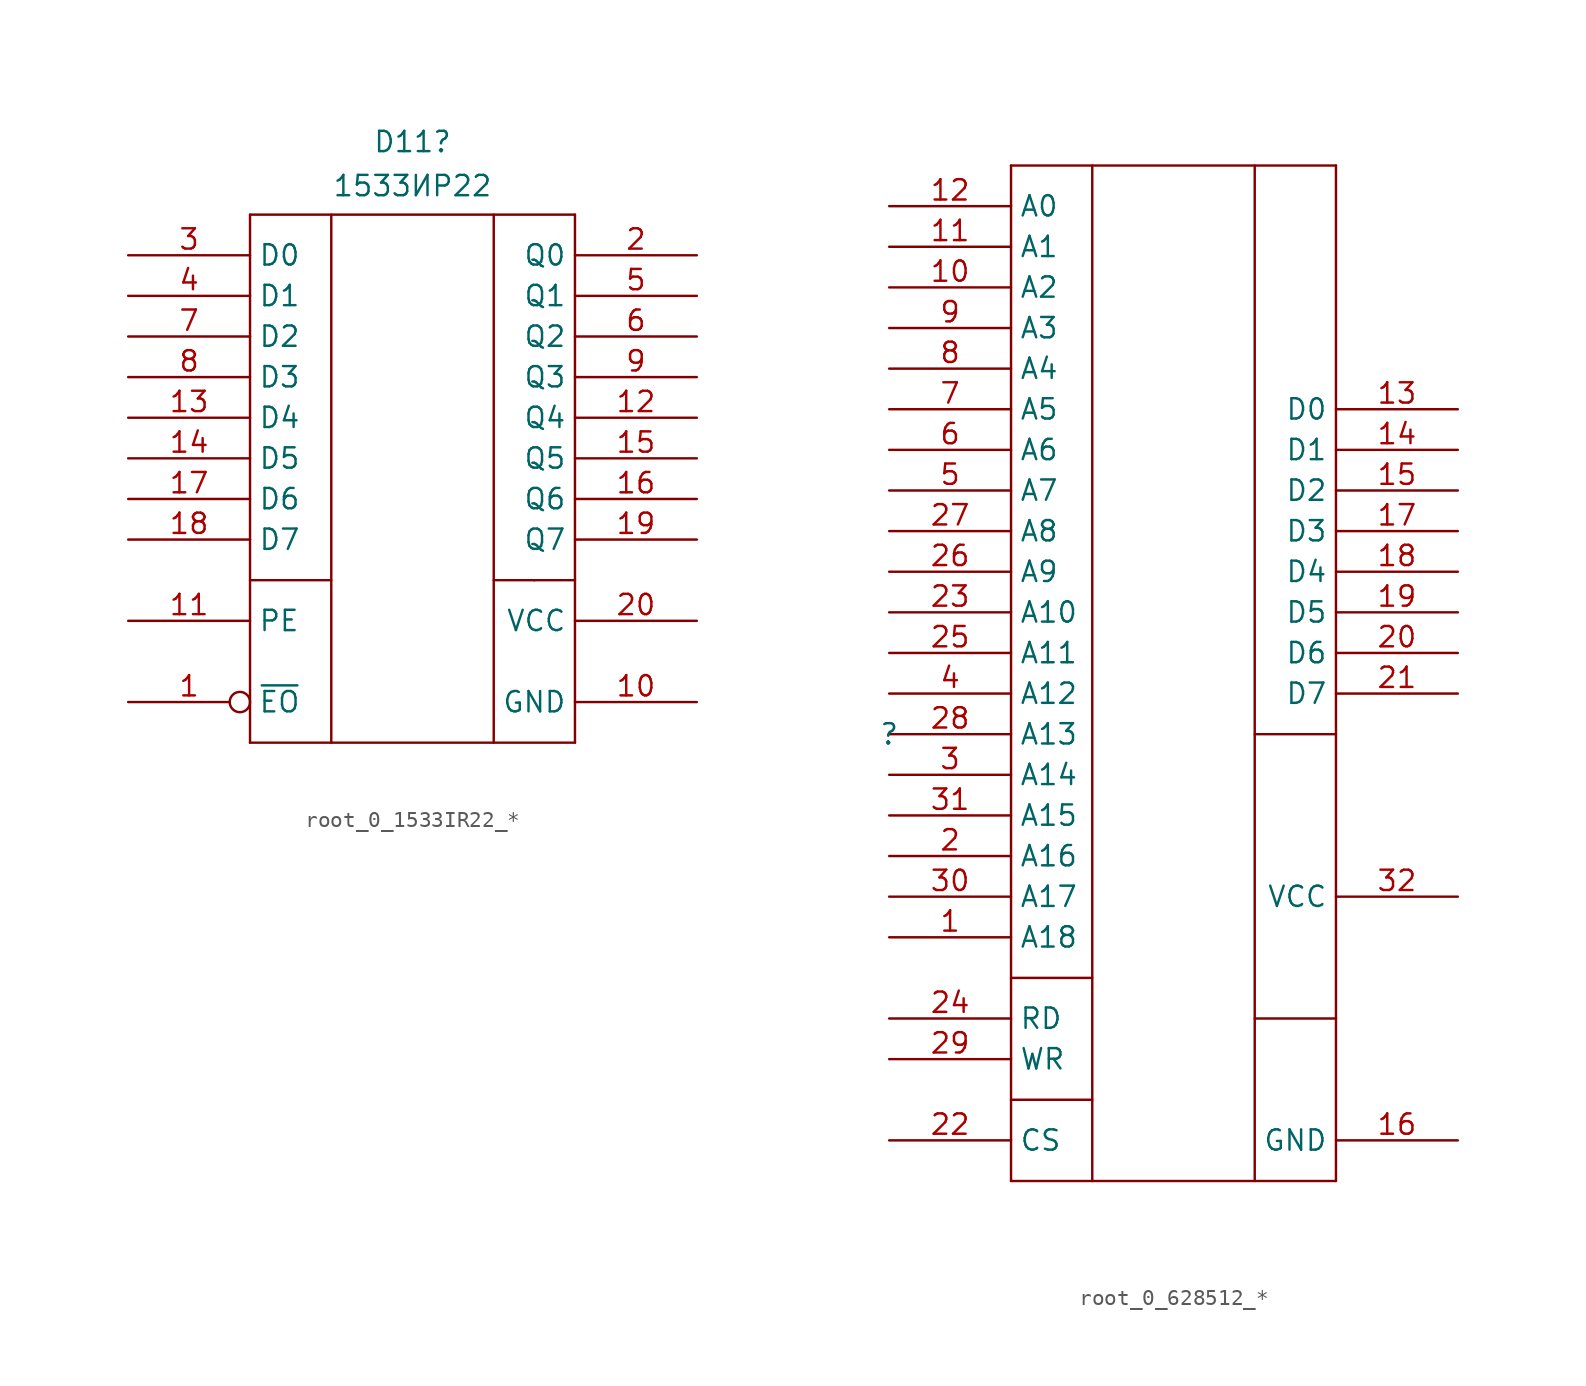
<source format=kicad_sym>
(kicad_symbol_lib
  (version 20241209)
  (generator "kicad_symbol_editor")
  (generator_version "9.0")
  (symbol "root_0_1533IR22_*"
    (property "Reference" "D11"
      (at 17.78 34.29 0)
      (effects (font (size 1.27 1.27)) (justify bottom)))
    (property "Value" "1533ИР22"
      (at 17.78 33.02 0)
      (effects (font (size 1.27 1.27)) (justify top)))
    (symbol "root_0_1533IR22_*_1_0"
      (polyline (pts (xy 7.62 30.48) (xy 27.94 30.48)) (stroke (width 0) (type solid)) (fill (type none)))
      (polyline (pts (xy 7.62 7.62) (xy 12.7 7.62)) (stroke (width 0) (type solid)) (fill (type none)))
      (polyline (pts (xy 7.62 -2.54) (xy 7.62 30.48)) (stroke (width 0) (type solid)) (fill (type none)))
      (polyline (pts (xy 12.7 30.48) (xy 12.7 -2.54)) (stroke (width 0) (type solid)) (fill (type none)))
      (polyline (pts (xy 22.86 30.48) (xy 22.86 -2.54)) (stroke (width 0) (type solid)) (fill (type none)))
      (polyline (pts (xy 22.86 7.62) (xy 25.4 7.62)) (stroke (width 0) (type solid)) (fill (type none)))
      (polyline (pts (xy 25.4 7.62) (xy 27.94 7.62)) (stroke (width 0) (type solid)) (fill (type none)))
      (polyline (pts (xy 27.94 30.48) (xy 27.94 -2.54)) (stroke (width 0) (type solid)) (fill (type none)))
      (polyline (pts (xy 27.94 -2.54) (xy 7.62 -2.54)) (stroke (width 0) (type solid)) (fill (type none)))
      (pin passive line (at 0 27.94 0) (length 7.62) (name "D0" (effects (font (size 1.27 1.27)))) (number "3" (effects (font (size 1.27 1.27)))))
      (pin passive line (at 0 25.4 0) (length 7.62) (name "D1" (effects (font (size 1.27 1.27)))) (number "4" (effects (font (size 1.27 1.27)))))
      (pin passive line (at 0 22.86 0) (length 7.62) (name "D2" (effects (font (size 1.27 1.27)))) (number "7" (effects (font (size 1.27 1.27)))))
      (pin passive line (at 0 20.32 0) (length 7.62) (name "D3" (effects (font (size 1.27 1.27)))) (number "8" (effects (font (size 1.27 1.27)))))
      (pin passive line (at 0 17.78 0) (length 7.62) (name "D4" (effects (font (size 1.27 1.27)))) (number "13" (effects (font (size 1.27 1.27)))))
      (pin passive line (at 0 15.24 0) (length 7.62) (name "D5" (effects (font (size 1.27 1.27)))) (number "14" (effects (font (size 1.27 1.27)))))
      (pin passive line (at 0 12.7 0) (length 7.62) (name "D6" (effects (font (size 1.27 1.27)))) (number "17" (effects (font (size 1.27 1.27)))))
      (pin passive line (at 0 10.16 0) (length 7.62) (name "D7" (effects (font (size 1.27 1.27)))) (number "18" (effects (font (size 1.27 1.27)))))
      (pin passive line (at 0 5.08 0) (length 7.62) (name "PE" (effects (font (size 1.27 1.27)))) (number "11" (effects (font (size 1.27 1.27)))))
      (pin passive inverted (at 0 0 0) (length 7.62) (name "~{EO}" (effects (font (size 1.27 1.27)))) (number "1" (effects (font (size 1.27 1.27)))))
      (pin passive line (at 35.56 27.94 180) (length 7.62) (name "Q0" (effects (font (size 1.27 1.27)))) (number "2" (effects (font (size 1.27 1.27)))))
      (pin passive line (at 35.56 25.4 180) (length 7.62) (name "Q1" (effects (font (size 1.27 1.27)))) (number "5" (effects (font (size 1.27 1.27)))))
      (pin passive line (at 35.56 22.86 180) (length 7.62) (name "Q2" (effects (font (size 1.27 1.27)))) (number "6" (effects (font (size 1.27 1.27)))))
      (pin passive line (at 35.56 20.32 180) (length 7.62) (name "Q3" (effects (font (size 1.27 1.27)))) (number "9" (effects (font (size 1.27 1.27)))))
      (pin passive line (at 35.56 17.78 180) (length 7.62) (name "Q4" (effects (font (size 1.27 1.27)))) (number "12" (effects (font (size 1.27 1.27)))))
      (pin passive line (at 35.56 15.24 180) (length 7.62) (name "Q5" (effects (font (size 1.27 1.27)))) (number "15" (effects (font (size 1.27 1.27)))))
      (pin passive line (at 35.56 12.7 180) (length 7.62) (name "Q6" (effects (font (size 1.27 1.27)))) (number "16" (effects (font (size 1.27 1.27)))))
      (pin passive line (at 35.56 10.16 180) (length 7.62) (name "Q7" (effects (font (size 1.27 1.27)))) (number "19" (effects (font (size 1.27 1.27)))))
      (pin passive line (at 35.56 5.08 180) (length 7.62) (name "VCC" (effects (font (size 1.27 1.27)))) (number "20" (effects (font (size 1.27 1.27)))))
      (pin passive line (at 35.56 0 180) (length 7.62) (name "GND" (effects (font (size 1.27 1.27)))) (number "10" (effects (font (size 1.27 1.27)))))))
  (symbol "root_0_628512_*"
    (property "Reference" ""
      (at 0 0 0)
      (effects (font (size 1.27 1.27))))
    (property "Value" ""
      (at 0 0 0)
      (effects (font (size 1.27 1.27))))
    (symbol "root_0_628512_*_1_0"
      (polyline (pts (xy 7.62 35.56) (xy 27.94 35.56)) (stroke (width 0) (type solid)) (fill (type none)))
      (polyline (pts (xy 7.62 -15.24) (xy 12.7 -15.24)) (stroke (width 0) (type solid)) (fill (type none)))
      (polyline (pts (xy 7.62 -22.86) (xy 12.7 -22.86)) (stroke (width 0) (type solid)) (fill (type none)))
      (polyline (pts (xy 7.62 -27.94) (xy 7.62 35.56)) (stroke (width 0) (type solid)) (fill (type none)))
      (polyline (pts (xy 12.7 35.56) (xy 12.7 -27.94)) (stroke (width 0) (type solid)) (fill (type none)))
      (polyline (pts (xy 22.86 35.56) (xy 22.86 -27.94)) (stroke (width 0) (type solid)) (fill (type none)))
      (polyline (pts (xy 22.86 0) (xy 27.94 0)) (stroke (width 0) (type solid)) (fill (type none)))
      (polyline (pts (xy 22.86 -17.78) (xy 27.94 -17.78)) (stroke (width 0) (type solid)) (fill (type none)))
      (polyline (pts (xy 27.94 35.56) (xy 27.94 -27.94)) (stroke (width 0) (type solid)) (fill (type none)))
      (polyline (pts (xy 27.94 -27.94) (xy 7.62 -27.94)) (stroke (width 0) (type solid)) (fill (type none)))
      (pin input line (at 0 33.02 0) (length 7.62) (name "A0" (effects (font (size 1.27 1.27)))) (number "12" (effects (font (size 1.27 1.27)))))
      (pin input line (at 0 30.48 0) (length 7.62) (name "A1" (effects (font (size 1.27 1.27)))) (number "11" (effects (font (size 1.27 1.27)))))
      (pin input line (at 0 27.94 0) (length 7.62) (name "A2" (effects (font (size 1.27 1.27)))) (number "10" (effects (font (size 1.27 1.27)))))
      (pin input line (at 0 25.4 0) (length 7.62) (name "A3" (effects (font (size 1.27 1.27)))) (number "9" (effects (font (size 1.27 1.27)))))
      (pin input line (at 0 22.86 0) (length 7.62) (name "A4" (effects (font (size 1.27 1.27)))) (number "8" (effects (font (size 1.27 1.27)))))
      (pin input line (at 0 20.32 0) (length 7.62) (name "A5" (effects (font (size 1.27 1.27)))) (number "7" (effects (font (size 1.27 1.27)))))
      (pin input line (at 0 17.78 0) (length 7.62) (name "A6" (effects (font (size 1.27 1.27)))) (number "6" (effects (font (size 1.27 1.27)))))
      (pin input line (at 0 15.24 0) (length 7.62) (name "A7" (effects (font (size 1.27 1.27)))) (number "5" (effects (font (size 1.27 1.27)))))
      (pin input line (at 0 12.7 0) (length 7.62) (name "A8" (effects (font (size 1.27 1.27)))) (number "27" (effects (font (size 1.27 1.27)))))
      (pin input line (at 0 10.16 0) (length 7.62) (name "A9" (effects (font (size 1.27 1.27)))) (number "26" (effects (font (size 1.27 1.27)))))
      (pin input line (at 0 7.62 0) (length 7.62) (name "A10" (effects (font (size 1.27 1.27)))) (number "23" (effects (font (size 1.27 1.27)))))
      (pin input line (at 0 5.08 0) (length 7.62) (name "A11" (effects (font (size 1.27 1.27)))) (number "25" (effects (font (size 1.27 1.27)))))
      (pin input line (at 0 2.54 0) (length 7.62) (name "A12" (effects (font (size 1.27 1.27)))) (number "4" (effects (font (size 1.27 1.27)))))
      (pin input line (at 0 0 0) (length 7.62) (name "A13" (effects (font (size 1.27 1.27)))) (number "28" (effects (font (size 1.27 1.27)))))
      (pin input line (at 0 -2.54 0) (length 7.62) (name "A14" (effects (font (size 1.27 1.27)))) (number "3" (effects (font (size 1.27 1.27)))))
      (pin input line (at 0 -5.08 0) (length 7.62) (name "A15" (effects (font (size 1.27 1.27)))) (number "31" (effects (font (size 1.27 1.27)))))
      (pin input line (at 0 -7.62 0) (length 7.62) (name "A16" (effects (font (size 1.27 1.27)))) (number "2" (effects (font (size 1.27 1.27)))))
      (pin input line (at 0 -10.16 0) (length 7.62) (name "A17" (effects (font (size 1.27 1.27)))) (number "30" (effects (font (size 1.27 1.27)))))
      (pin input line (at 0 -12.7 0) (length 7.62) (name "A18" (effects (font (size 1.27 1.27)))) (number "1" (effects (font (size 1.27 1.27)))))
      (pin input line (at 0 -17.78 0) (length 7.62) (name "RD" (effects (font (size 1.27 1.27)))) (number "24" (effects (font (size 1.27 1.27)))))
      (pin input line (at 0 -20.32 0) (length 7.62) (name "WR" (effects (font (size 1.27 1.27)))) (number "29" (effects (font (size 1.27 1.27)))))
      (pin input line (at 0 -25.4 0) (length 7.62) (name "CS" (effects (font (size 1.27 1.27)))) (number "22" (effects (font (size 1.27 1.27)))))
      (pin bidirectional line (at 35.56 20.32 180) (length 7.62) (name "D0" (effects (font (size 1.27 1.27)))) (number "13" (effects (font (size 1.27 1.27)))))
      (pin bidirectional line (at 35.56 17.78 180) (length 7.62) (name "D1" (effects (font (size 1.27 1.27)))) (number "14" (effects (font (size 1.27 1.27)))))
      (pin bidirectional line (at 35.56 15.24 180) (length 7.62) (name "D2" (effects (font (size 1.27 1.27)))) (number "15" (effects (font (size 1.27 1.27)))))
      (pin bidirectional line (at 35.56 12.7 180) (length 7.62) (name "D3" (effects (font (size 1.27 1.27)))) (number "17" (effects (font (size 1.27 1.27)))))
      (pin bidirectional line (at 35.56 10.16 180) (length 7.62) (name "D4" (effects (font (size 1.27 1.27)))) (number "18" (effects (font (size 1.27 1.27)))))
      (pin bidirectional line (at 35.56 7.62 180) (length 7.62) (name "D5" (effects (font (size 1.27 1.27)))) (number "19" (effects (font (size 1.27 1.27)))))
      (pin bidirectional line (at 35.56 5.08 180) (length 7.62) (name "D6" (effects (font (size 1.27 1.27)))) (number "20" (effects (font (size 1.27 1.27)))))
      (pin bidirectional line (at 35.56 2.54 180) (length 7.62) (name "D7" (effects (font (size 1.27 1.27)))) (number "21" (effects (font (size 1.27 1.27)))))
      (pin power_in line (at 35.56 -10.16 180) (length 7.62) (name "VCC" (effects (font (size 1.27 1.27)))) (number "32" (effects (font (size 1.27 1.27)))))
      (pin power_in line (at 35.56 -25.4 180) (length 7.62) (name "GND" (effects (font (size 1.27 1.27)))) (number "16" (effects (font (size 1.27 1.27))))))))
</source>
